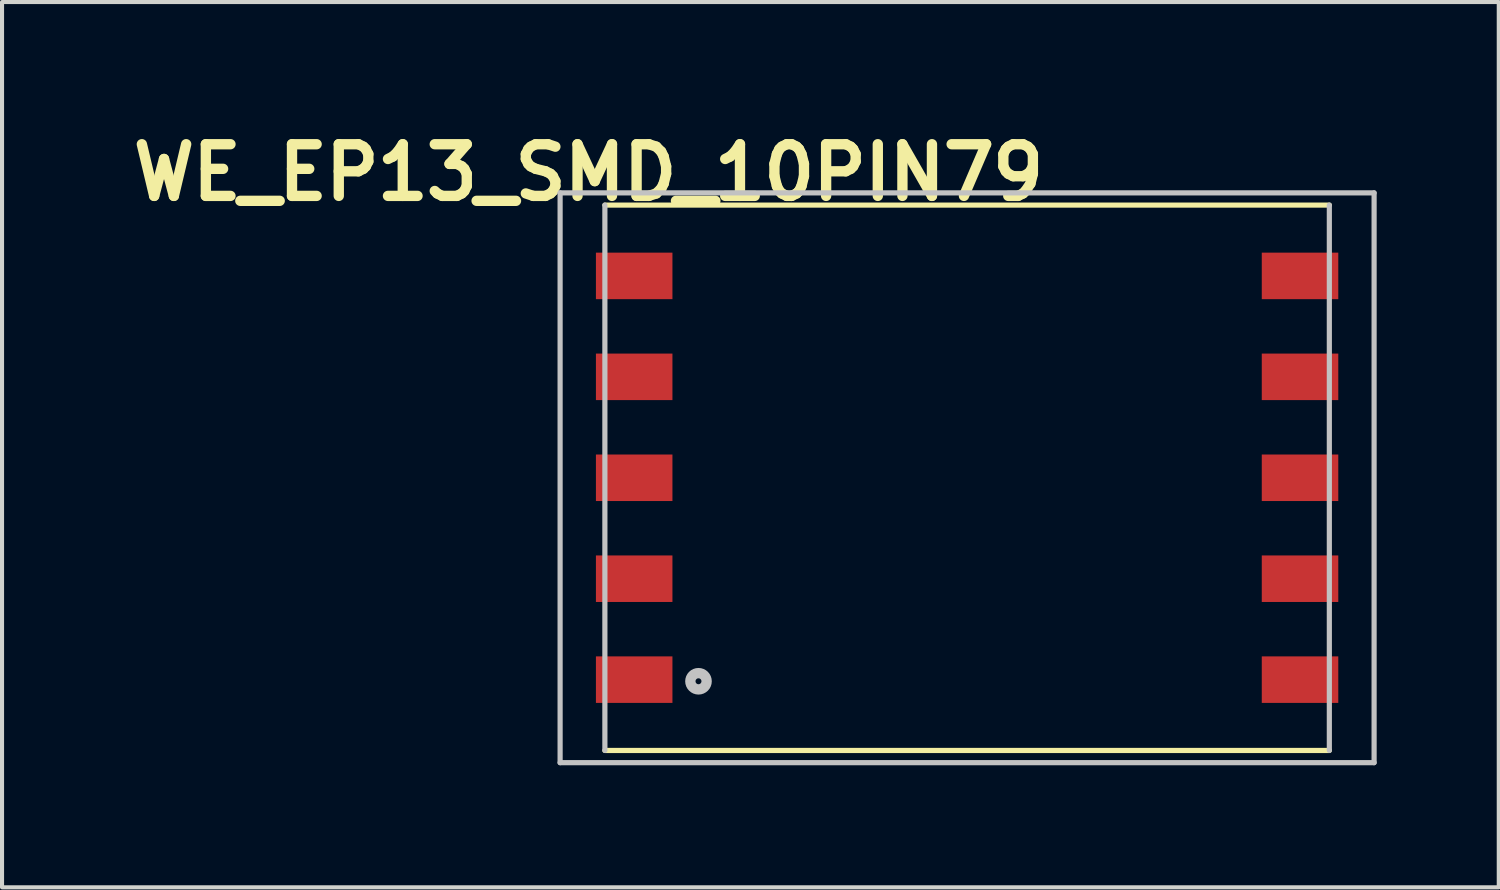
<source format=kicad_pcb>
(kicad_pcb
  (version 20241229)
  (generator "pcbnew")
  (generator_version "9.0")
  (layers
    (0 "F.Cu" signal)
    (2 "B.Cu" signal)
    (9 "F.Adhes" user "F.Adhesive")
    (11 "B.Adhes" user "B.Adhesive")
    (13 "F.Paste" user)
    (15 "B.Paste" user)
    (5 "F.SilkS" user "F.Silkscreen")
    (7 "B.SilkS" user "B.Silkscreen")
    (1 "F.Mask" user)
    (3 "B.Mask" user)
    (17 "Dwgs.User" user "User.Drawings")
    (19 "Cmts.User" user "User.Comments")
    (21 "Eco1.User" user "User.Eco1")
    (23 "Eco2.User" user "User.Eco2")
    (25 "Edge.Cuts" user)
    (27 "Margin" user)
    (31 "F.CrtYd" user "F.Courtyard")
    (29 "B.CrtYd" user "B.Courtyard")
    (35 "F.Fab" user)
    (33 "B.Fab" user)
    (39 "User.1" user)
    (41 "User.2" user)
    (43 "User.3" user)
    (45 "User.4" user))
  (footprint "WE_EP13_SMD_10PIN79"
    (layer "F.Cu")
    (at 20.712 8.689)
    (property "Reference" "WE_EP13_SMD_10PIN79" (at -9.3 -7.5 0) (layer "F.SilkS") (effects (font (size 1.27 1.27) (thickness 0.254))))
    (attr smd)
    (fp_line (start -8.9 -6.7) (end 8.9 -6.7) (stroke (width 0.127) (type solid)) (layer "F.SilkS"))
    (fp_line (start -8.9 6.7) (end 8.9 6.7) (stroke (width 0.127) (type solid)) (layer "F.SilkS"))
    (fp_line (start -10 -7) (end 10 -7) (stroke (width 0.127) (type solid)) (layer "Dwgs.User"))
    (fp_line (start -10 7) (end -10 -7) (stroke (width 0.127) (type solid)) (layer "Dwgs.User"))
    (fp_line (start -8.9 -6.7) (end -8.9 6.7) (stroke (width 0.127) (type solid)) (layer "Dwgs.User"))
    (fp_line (start 8.9 -6.7) (end 8.9 6.7) (stroke (width 0.127) (type solid)) (layer "Dwgs.User"))
    (fp_line (start 10 -7) (end 10 7) (stroke (width 0.127) (type solid)) (layer "Dwgs.User"))
    (fp_line (start 10 7) (end -10 7) (stroke (width 0.127) (type solid)) (layer "Dwgs.User"))
    (fp_circle (center -6.6 5) (end -6.8 5) (stroke (width 0.254) (type solid)) (fill no) (layer "Dwgs.User"))
    (pad "1" smd rect (at -8.18 4.96 90) (size 1.143 1.88) (layers "F.Cu" "F.Mask" "F.Paste"))
    (pad "2" smd rect (at -8.18 2.48 90) (size 1.143 1.88) (layers "F.Cu" "F.Mask" "F.Paste"))
    (pad "3" smd rect (at -8.18 0 90) (size 1.143 1.88) (layers "F.Cu" "F.Mask" "F.Paste"))
    (pad "4" smd rect (at -8.18 -2.48 90) (size 1.143 1.88) (layers "F.Cu" "F.Mask" "F.Paste"))
    (pad "5" smd rect (at -8.18 -4.96 90) (size 1.143 1.88) (layers "F.Cu" "F.Mask" "F.Paste"))
    (pad "6" smd rect (at 8.18 -4.96 90) (size 1.143 1.88) (layers "F.Cu" "F.Mask" "F.Paste"))
    (pad "7" smd rect (at 8.18 -2.48 90) (size 1.143 1.88) (layers "F.Cu" "F.Mask" "F.Paste"))
    (pad "8" smd rect (at 8.18 0 90) (size 1.143 1.88) (layers "F.Cu" "F.Mask" "F.Paste"))
    (pad "9" smd rect (at 8.18 2.48 90) (size 1.143 1.88) (layers "F.Cu" "F.Mask" "F.Paste"))
    (pad "10" smd rect (at 8.18 4.96 90) (size 1.143 1.88) (layers "F.Cu" "F.Mask" "F.Paste")))
  (gr_rect
    (start -3 -3)
    (end 33.775 18.752)
    (stroke (width 0.1) (type default))
    (fill no)
    (layer "Edge.Cuts")))
</source>
